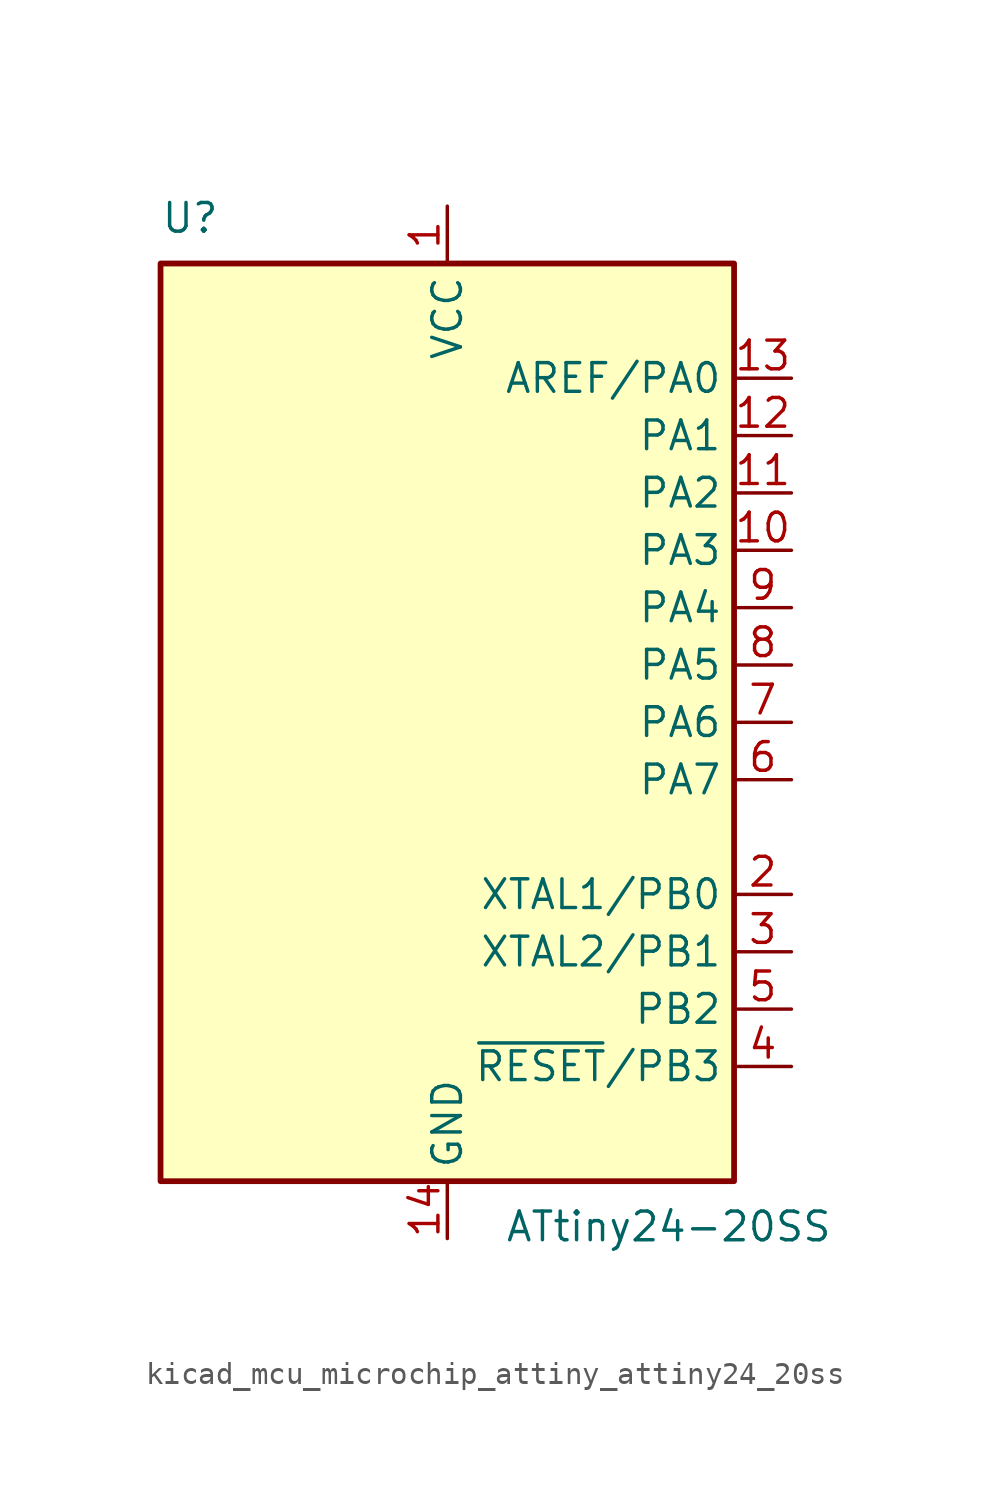
<source format=kicad_sym>
(kicad_symbol_lib
  (version 20220914)
  (generator kicad_symbol_editor)
  (symbol "kicad_mcu_microchip_attiny_attiny24_20ss"
    (property "Reference" "U"
      (at -12.7 21.59 0)
      (effects (font (size 1.27 1.27)) (justify left bottom)))
    (property "Value" "ATtiny24-20SS"
      (at 2.54 -21.59 0)
      (effects (font (size 1.27 1.27)) (justify left top)))
    (symbol "kicad_mcu_microchip_attiny_attiny24_20ss_0_1"
      (rectangle (start -12.7 -20.32) (end 12.7 20.32) (stroke (width 0.254) (type default)) (fill (type background))))
    (symbol "kicad_mcu_microchip_attiny_attiny24_20ss_1_1"
      (pin power_in line (at 0 22.86 270) (length 2.54) (name "VCC" (effects (font (size 1.27 1.27)))) (number "1" (effects (font (size 1.27 1.27)))))
      (pin bidirectional line (at 15.24 7.62 180) (length 2.54) (name "PA3" (effects (font (size 1.27 1.27)))) (number "10" (effects (font (size 1.27 1.27)))))
      (pin bidirectional line (at 15.24 10.16 180) (length 2.54) (name "PA2" (effects (font (size 1.27 1.27)))) (number "11" (effects (font (size 1.27 1.27)))))
      (pin bidirectional line (at 15.24 12.7 180) (length 2.54) (name "PA1" (effects (font (size 1.27 1.27)))) (number "12" (effects (font (size 1.27 1.27)))))
      (pin bidirectional line (at 15.24 15.24 180) (length 2.54) (name "AREF/PA0" (effects (font (size 1.27 1.27)))) (number "13" (effects (font (size 1.27 1.27)))))
      (pin power_in line (at 0 -22.86 90) (length 2.54) (name "GND" (effects (font (size 1.27 1.27)))) (number "14" (effects (font (size 1.27 1.27)))))
      (pin bidirectional line (at 15.24 -7.62 180) (length 2.54) (name "XTAL1/PB0" (effects (font (size 1.27 1.27)))) (number "2" (effects (font (size 1.27 1.27)))))
      (pin bidirectional line (at 15.24 -10.16 180) (length 2.54) (name "XTAL2/PB1" (effects (font (size 1.27 1.27)))) (number "3" (effects (font (size 1.27 1.27)))))
      (pin bidirectional line (at 15.24 -15.24 180) (length 2.54) (name "~{RESET}/PB3" (effects (font (size 1.27 1.27)))) (number "4" (effects (font (size 1.27 1.27)))))
      (pin bidirectional line (at 15.24 -12.7 180) (length 2.54) (name "PB2" (effects (font (size 1.27 1.27)))) (number "5" (effects (font (size 1.27 1.27)))))
      (pin bidirectional line (at 15.24 -2.54 180) (length 2.54) (name "PA7" (effects (font (size 1.27 1.27)))) (number "6" (effects (font (size 1.27 1.27)))))
      (pin bidirectional line (at 15.24 0 180) (length 2.54) (name "PA6" (effects (font (size 1.27 1.27)))) (number "7" (effects (font (size 1.27 1.27)))))
      (pin bidirectional line (at 15.24 2.54 180) (length 2.54) (name "PA5" (effects (font (size 1.27 1.27)))) (number "8" (effects (font (size 1.27 1.27)))))
      (pin bidirectional line (at 15.24 5.08 180) (length 2.54) (name "PA4" (effects (font (size 1.27 1.27)))) (number "9" (effects (font (size 1.27 1.27))))))))
</source>
